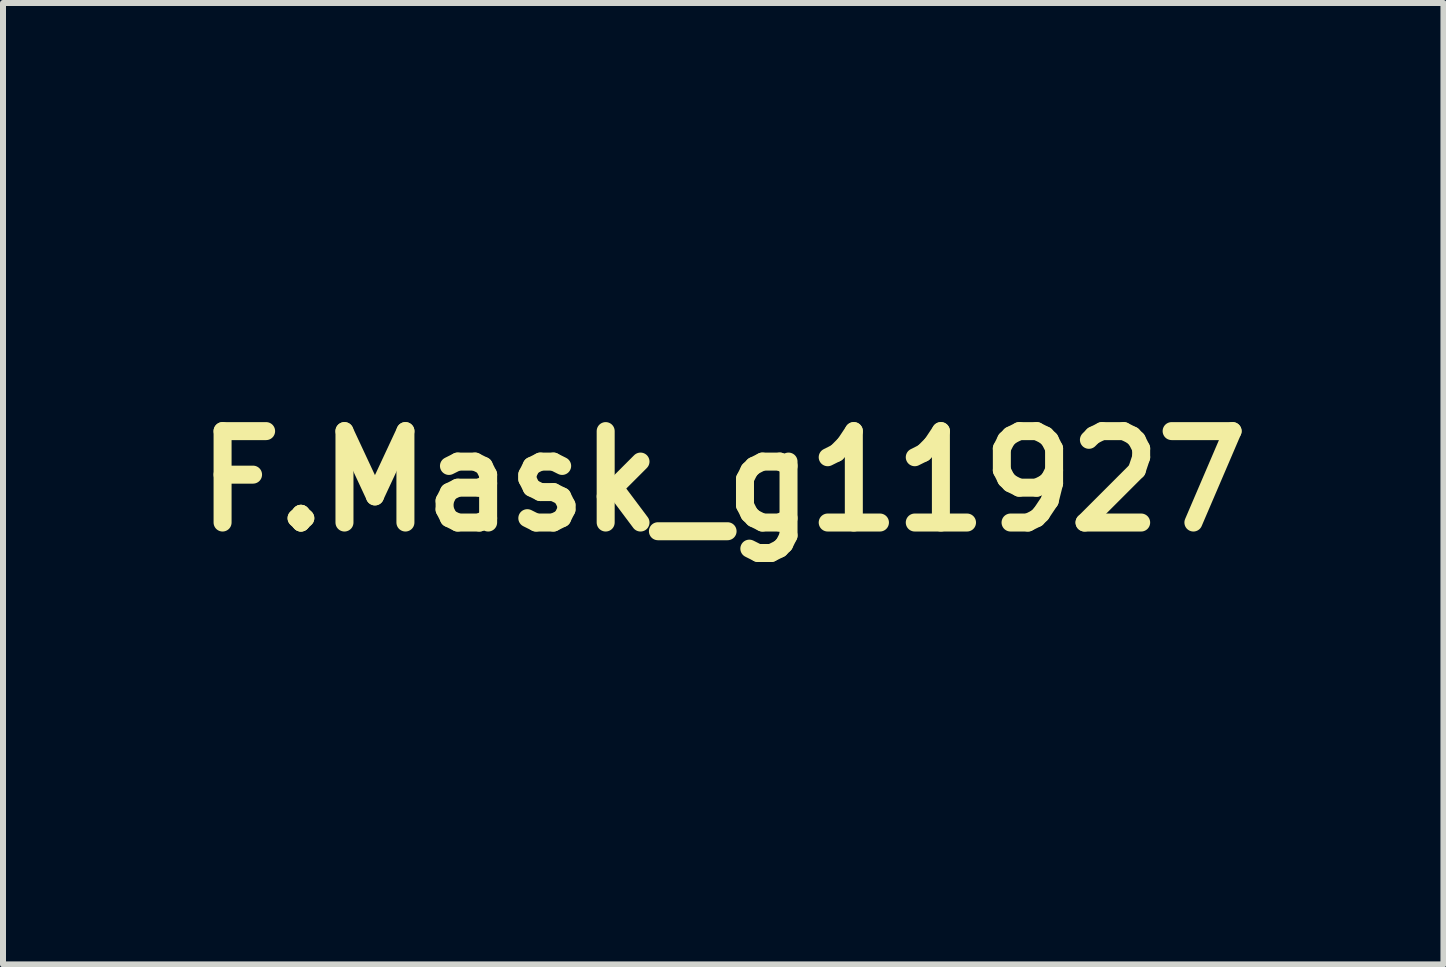
<source format=kicad_pcb>
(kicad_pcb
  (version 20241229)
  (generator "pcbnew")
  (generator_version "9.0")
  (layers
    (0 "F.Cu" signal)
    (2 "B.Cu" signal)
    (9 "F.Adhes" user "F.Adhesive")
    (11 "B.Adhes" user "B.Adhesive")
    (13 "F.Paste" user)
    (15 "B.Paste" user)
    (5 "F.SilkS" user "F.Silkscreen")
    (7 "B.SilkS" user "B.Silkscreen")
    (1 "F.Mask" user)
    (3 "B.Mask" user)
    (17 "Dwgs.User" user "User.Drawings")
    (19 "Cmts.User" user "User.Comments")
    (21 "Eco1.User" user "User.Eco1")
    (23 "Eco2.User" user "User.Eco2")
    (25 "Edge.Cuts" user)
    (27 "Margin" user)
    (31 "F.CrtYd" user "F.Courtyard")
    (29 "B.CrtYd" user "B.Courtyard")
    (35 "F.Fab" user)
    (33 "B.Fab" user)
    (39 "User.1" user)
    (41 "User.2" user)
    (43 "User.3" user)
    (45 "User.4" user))
  (footprint "F.Mask_g11927"
    (layer "F.Cu")
    (at 9.006 4.971)
    (property "Reference" "F.Mask_g11927" (at 0 0 0) (layer "F.SilkS") (effects (font (size 1.524 1.524) (thickness 0.3))))
    (attr through_hole)
    (fp_poly (pts (xy -0.669 1.446) (xy -0.668 1.447) (xy -0.654 1.462) (xy -0.662 1.475) (xy -0.67 1.481) (xy -0.697 1.497) (xy -0.71 1.492) (xy -0.711 1.483) (xy -0.704 1.458) (xy -0.699 1.449) (xy -0.687 1.437) (xy -0.669 1.446)) (stroke (width 0.01) (type solid)) (fill yes) (layer "F.Mask"))
    (fp_poly (pts (xy -3.593 2.712) (xy -3.505 2.736) (xy -3.424 2.778) (xy -3.357 2.836) (xy -3.331 2.87) (xy -3.306 2.915) (xy -3.282 2.977) (xy -3.261 3.046) (xy -3.246 3.113) (xy -3.239 3.168) (xy -3.239 3.174) (xy -3.246 3.25) (xy -3.265 3.324) (xy -3.295 3.389) (xy -3.331 3.437) (xy -3.336 3.442) (xy -3.415 3.495) (xy -3.505 3.526) (xy -3.608 3.535) (xy -3.685 3.529) (xy -3.763 3.513) (xy -3.826 3.487) (xy -3.884 3.446) (xy -3.906 3.427) (xy -3.96 3.369) (xy -3.996 3.309) (xy -4.016 3.239) (xy -4.023 3.173) (xy -4.023 3.17) (xy -3.693 3.17) (xy -3.683 3.221) (xy -3.661 3.258) (xy -3.63 3.276) (xy -3.619 3.277) (xy -3.594 3.266) (xy -3.582 3.252) (xy -3.573 3.221) (xy -3.57 3.174) (xy -3.57 3.12) (xy -3.575 3.067) (xy -3.582 3.032) (xy -3.598 2.997) (xy -3.618 2.984) (xy -3.64 2.992) (xy -3.661 3.02) (xy -3.679 3.065) (xy -3.689 3.108) (xy -3.693 3.17) (xy -4.023 3.17) (xy -4.02 3.065) (xy -3.997 2.967) (xy -3.956 2.881) (xy -3.9 2.81) (xy -3.83 2.755) (xy -3.747 2.72) (xy -3.684 2.709) (xy -3.593 2.712)) (stroke (width 0.01) (type solid)) (fill yes) (layer "F.Mask"))
    (fp_poly (pts (xy 0.81 2.722) (xy 0.899 2.756) (xy 0.947 2.784) (xy 0.993 2.821) (xy 1.03 2.867) (xy 1.061 2.926) (xy 1.091 3.006) (xy 1.094 3.014) (xy 1.114 3.106) (xy 1.119 3.199) (xy 1.108 3.286) (xy 1.082 3.364) (xy 1.043 3.425) (xy 1.041 3.427) (xy 0.98 3.477) (xy 0.901 3.512) (xy 0.811 3.532) (xy 0.714 3.534) (xy 0.67 3.53) (xy 0.572 3.503) (xy 0.488 3.457) (xy 0.419 3.391) (xy 0.372 3.317) (xy 0.354 3.276) (xy 0.343 3.24) (xy 0.338 3.198) (xy 0.338 3.158) (xy 0.673 3.158) (xy 0.679 3.218) (xy 0.698 3.257) (xy 0.729 3.275) (xy 0.744 3.277) (xy 0.765 3.272) (xy 0.778 3.253) (xy 0.788 3.223) (xy 0.794 3.183) (xy 0.794 3.132) (xy 0.789 3.08) (xy 0.78 3.033) (xy 0.769 3.001) (xy 0.763 2.994) (xy 0.741 2.984) (xy 0.719 2.996) (xy 0.7 3.026) (xy 0.684 3.07) (xy 0.675 3.123) (xy 0.673 3.158) (xy 0.338 3.158) (xy 0.338 3.141) (xy 0.338 3.137) (xy 0.349 3.03) (xy 0.379 2.933) (xy 0.426 2.85) (xy 0.488 2.782) (xy 0.55 2.741) (xy 0.63 2.714) (xy 0.718 2.708) (xy 0.81 2.722)) (stroke (width 0.01) (type solid)) (fill yes) (layer "F.Mask"))
    (fp_poly (pts (xy 4.21 2.703) (xy 4.262 2.715) (xy 4.294 2.741) (xy 4.305 2.777) (xy 4.297 2.812) (xy 4.275 2.838) (xy 4.232 2.86) (xy 4.172 2.875) (xy 4.162 2.877) (xy 4.102 2.886) (xy 4.102 2.999) (xy 4.143 2.989) (xy 4.206 2.98) (xy 4.262 2.984) (xy 4.307 2.999) (xy 4.335 3.025) (xy 4.343 3.054) (xy 4.335 3.083) (xy 4.315 3.117) (xy 4.307 3.127) (xy 4.279 3.153) (xy 4.247 3.167) (xy 4.202 3.175) (xy 4.134 3.181) (xy 4.134 3.283) (xy 4.202 3.29) (xy 4.254 3.3) (xy 4.284 3.317) (xy 4.288 3.321) (xy 4.302 3.344) (xy 4.303 3.365) (xy 4.291 3.394) (xy 4.286 3.404) (xy 4.246 3.455) (xy 4.188 3.496) (xy 4.116 3.525) (xy 4.037 3.54) (xy 3.955 3.539) (xy 3.899 3.528) (xy 3.849 3.507) (xy 3.81 3.474) (xy 3.781 3.426) (xy 3.762 3.361) (xy 3.75 3.277) (xy 3.747 3.17) (xy 3.747 3.159) (xy 3.75 3.027) (xy 3.759 2.919) (xy 3.774 2.836) (xy 3.796 2.776) (xy 3.824 2.74) (xy 3.839 2.732) (xy 3.865 2.726) (xy 3.91 2.72) (xy 3.968 2.714) (xy 4.031 2.709) (xy 4.095 2.705) (xy 4.152 2.703) (xy 4.197 2.702) (xy 4.21 2.703)) (stroke (width 0.01) (type solid)) (fill yes) (layer "F.Mask"))
    (fp_poly (pts (xy 1.898 2.716) (xy 1.955 2.751) (xy 1.988 2.784) (xy 2.023 2.825) (xy 2.015 2.978) (xy 2.001 3.123) (xy 1.975 3.248) (xy 1.936 3.352) (xy 1.886 3.434) (xy 1.823 3.494) (xy 1.769 3.525) (xy 1.728 3.535) (xy 1.671 3.54) (xy 1.605 3.542) (xy 1.54 3.538) (xy 1.482 3.53) (xy 1.478 3.529) (xy 1.438 3.516) (xy 1.39 3.494) (xy 1.358 3.476) (xy 1.313 3.445) (xy 1.281 3.411) (xy 1.253 3.363) (xy 1.251 3.36) (xy 1.235 3.327) (xy 1.224 3.298) (xy 1.218 3.268) (xy 1.214 3.23) (xy 1.214 3.178) (xy 1.214 3.131) (xy 1.218 3.016) (xy 1.23 2.923) (xy 1.25 2.851) (xy 1.28 2.796) (xy 1.321 2.758) (xy 1.372 2.734) (xy 1.381 2.731) (xy 1.442 2.726) (xy 1.5 2.74) (xy 1.538 2.764) (xy 1.555 2.795) (xy 1.562 2.846) (xy 1.557 2.916) (xy 1.543 2.997) (xy 1.527 3.085) (xy 1.524 3.152) (xy 1.534 3.2) (xy 1.557 3.228) (xy 1.593 3.238) (xy 1.596 3.238) (xy 1.625 3.232) (xy 1.647 3.211) (xy 1.663 3.173) (xy 1.673 3.115) (xy 1.68 3.035) (xy 1.68 3.033) (xy 1.688 2.928) (xy 1.7 2.847) (xy 1.718 2.786) (xy 1.742 2.744) (xy 1.774 2.718) (xy 1.813 2.706) (xy 1.833 2.705) (xy 1.898 2.716)) (stroke (width 0.01) (type solid)) (fill yes) (layer "F.Mask"))
    (fp_poly (pts (xy 3.385 2.696) (xy 3.447 2.71) (xy 3.503 2.735) (xy 3.538 2.757) (xy 3.587 2.801) (xy 3.619 2.855) (xy 3.632 2.91) (xy 3.632 2.913) (xy 3.624 2.944) (xy 3.603 2.978) (xy 3.597 2.986) (xy 3.553 3.018) (xy 3.5 3.032) (xy 3.444 3.028) (xy 3.393 3.008) (xy 3.353 2.972) (xy 3.342 2.953) (xy 3.328 2.931) (xy 3.317 2.929) (xy 3.309 2.949) (xy 3.303 2.991) (xy 3.3 3.057) (xy 3.299 3.098) (xy 3.298 3.174) (xy 3.301 3.227) (xy 3.309 3.259) (xy 3.324 3.272) (xy 3.35 3.269) (xy 3.387 3.251) (xy 3.425 3.228) (xy 3.49 3.193) (xy 3.541 3.177) (xy 3.583 3.179) (xy 3.618 3.198) (xy 3.626 3.206) (xy 3.651 3.248) (xy 3.658 3.302) (xy 3.646 3.364) (xy 3.629 3.404) (xy 3.595 3.453) (xy 3.549 3.488) (xy 3.487 3.512) (xy 3.406 3.524) (xy 3.354 3.527) (xy 3.296 3.527) (xy 3.243 3.524) (xy 3.203 3.52) (xy 3.192 3.517) (xy 3.144 3.494) (xy 3.093 3.453) (xy 3.045 3.402) (xy 3.006 3.348) (xy 2.985 3.307) (xy 2.965 3.224) (xy 2.96 3.126) (xy 2.969 3.021) (xy 2.979 2.971) (xy 3.011 2.874) (xy 3.058 2.798) (xy 3.12 2.743) (xy 3.197 2.707) (xy 3.288 2.693) (xy 3.309 2.692) (xy 3.385 2.696)) (stroke (width 0.01) (type solid)) (fill yes) (layer "F.Mask"))
    (fp_poly (pts (xy -2.742 2.698) (xy -2.684 2.709) (xy -2.682 2.71) (xy -2.596 2.742) (xy -2.525 2.787) (xy -2.471 2.843) (xy -2.435 2.906) (xy -2.418 2.974) (xy -2.422 3.043) (xy -2.448 3.11) (xy -2.494 3.17) (xy -2.552 3.215) (xy -2.628 3.248) (xy -2.723 3.27) (xy -2.742 3.273) (xy -2.797 3.28) (xy -2.79 3.349) (xy -2.789 3.419) (xy -2.805 3.47) (xy -2.838 3.505) (xy -2.89 3.524) (xy -2.963 3.531) (xy -3.02 3.526) (xy -3.064 3.508) (xy -3.074 3.502) (xy -3.098 3.482) (xy -3.117 3.457) (xy -3.131 3.424) (xy -3.141 3.379) (xy -3.148 3.319) (xy -3.152 3.241) (xy -3.154 3.143) (xy -3.155 3.092) (xy -3.155 3.005) (xy -3.155 2.985) (xy -2.832 2.985) (xy -2.83 3.034) (xy -2.825 3.065) (xy -2.818 3.073) (xy -2.802 3.065) (xy -2.776 3.044) (xy -2.768 3.036) (xy -2.739 2.996) (xy -2.732 2.958) (xy -2.748 2.925) (xy -2.759 2.915) (xy -2.792 2.896) (xy -2.814 2.895) (xy -2.826 2.914) (xy -2.832 2.956) (xy -2.832 2.985) (xy -3.155 2.985) (xy -3.155 2.939) (xy -3.153 2.89) (xy -3.15 2.854) (xy -3.146 2.828) (xy -3.139 2.808) (xy -3.13 2.789) (xy -3.129 2.788) (xy -3.108 2.756) (xy -3.08 2.733) (xy -3.04 2.717) (xy -2.984 2.706) (xy -2.908 2.698) (xy -2.883 2.696) (xy -2.805 2.694) (xy -2.742 2.698)) (stroke (width 0.01) (type solid)) (fill yes) (layer "F.Mask"))
    (fp_poly (pts (xy 2.98 3.978) (xy 3.112 3.987) (xy 3.221 4.003) (xy 3.308 4.027) (xy 3.373 4.06) (xy 3.417 4.102) (xy 3.441 4.151) (xy 3.446 4.195) (xy 3.438 4.242) (xy 3.421 4.28) (xy 3.41 4.292) (xy 3.391 4.301) (xy 3.352 4.312) (xy 3.301 4.323) (xy 3.268 4.33) (xy 3.21 4.34) (xy 3.174 4.349) (xy 3.154 4.358) (xy 3.146 4.368) (xy 3.145 4.376) (xy 3.148 4.398) (xy 3.153 4.439) (xy 3.16 4.493) (xy 3.169 4.555) (xy 3.169 4.558) (xy 3.182 4.68) (xy 3.185 4.781) (xy 3.176 4.864) (xy 3.157 4.931) (xy 3.151 4.944) (xy 3.115 4.999) (xy 3.069 5.033) (xy 3.01 5.048) (xy 2.935 5.045) (xy 2.919 5.042) (xy 2.844 5.02) (xy 2.789 4.983) (xy 2.753 4.934) (xy 2.742 4.91) (xy 2.735 4.885) (xy 2.73 4.853) (xy 2.728 4.808) (xy 2.728 4.746) (xy 2.729 4.71) (xy 2.73 4.636) (xy 2.734 4.561) (xy 2.738 4.494) (xy 2.743 4.444) (xy 2.743 4.443) (xy 2.749 4.397) (xy 2.753 4.361) (xy 2.755 4.343) (xy 2.756 4.342) (xy 2.744 4.337) (xy 2.714 4.331) (xy 2.68 4.326) (xy 2.599 4.31) (xy 2.535 4.28) (xy 2.49 4.238) (xy 2.467 4.186) (xy 2.464 4.156) (xy 2.476 4.106) (xy 2.511 4.063) (xy 2.569 4.029) (xy 2.648 4.003) (xy 2.748 3.986) (xy 2.867 3.978) (xy 2.98 3.978)) (stroke (width 0.01) (type solid)) (fill yes) (layer "F.Mask"))
    (fp_poly (pts (xy -0.405 3.98) (xy -0.301 4.001) (xy -0.201 4.043) (xy -0.166 4.064) (xy -0.114 4.102) (xy -0.072 4.142) (xy -0.038 4.191) (xy -0.007 4.253) (xy 0.022 4.327) (xy 0.044 4.39) (xy 0.058 4.44) (xy 0.065 4.487) (xy 0.068 4.54) (xy 0.069 4.566) (xy 0.065 4.667) (xy 0.05 4.75) (xy 0.022 4.82) (xy -0.019 4.882) (xy -0.051 4.917) (xy -0.095 4.958) (xy -0.134 4.986) (xy -0.179 5.005) (xy -0.209 5.015) (xy -0.299 5.034) (xy -0.4 5.041) (xy -0.5 5.035) (xy -0.57 5.022) (xy -0.678 4.981) (xy -0.77 4.921) (xy -0.844 4.843) (xy -0.899 4.752) (xy -0.923 4.679) (xy -0.936 4.592) (xy -0.936 4.588) (xy -0.509 4.588) (xy -0.503 4.628) (xy -0.484 4.671) (xy -0.454 4.699) (xy -0.42 4.71) (xy -0.387 4.701) (xy -0.376 4.693) (xy -0.361 4.663) (xy -0.351 4.615) (xy -0.347 4.556) (xy -0.351 4.491) (xy -0.356 4.458) (xy -0.368 4.398) (xy -0.381 4.359) (xy -0.396 4.338) (xy -0.416 4.331) (xy -0.419 4.331) (xy -0.443 4.342) (xy -0.465 4.374) (xy -0.484 4.42) (xy -0.499 4.475) (xy -0.507 4.533) (xy -0.509 4.588) (xy -0.936 4.588) (xy -0.939 4.5) (xy -0.93 4.412) (xy -0.928 4.405) (xy -0.906 4.329) (xy -0.872 4.25) (xy -0.832 4.177) (xy -0.788 4.116) (xy -0.774 4.102) (xy -0.696 4.041) (xy -0.606 4) (xy -0.507 3.979) (xy -0.405 3.98)) (stroke (width 0.01) (type solid)) (fill yes) (layer "F.Mask"))
    (fp_poly (pts (xy -1.427 3.955) (xy -1.343 3.97) (xy -1.266 3.999) (xy -1.199 4.038) (xy -1.144 4.086) (xy -1.105 4.139) (xy -1.083 4.196) (xy -1.081 4.255) (xy -1.098 4.304) (xy -1.134 4.349) (xy -1.185 4.378) (xy -1.244 4.392) (xy -1.306 4.391) (xy -1.365 4.373) (xy -1.415 4.341) (xy -1.447 4.3) (xy -1.464 4.275) (xy -1.479 4.263) (xy -1.48 4.262) (xy -1.49 4.273) (xy -1.499 4.309) (xy -1.505 4.368) (xy -1.51 4.449) (xy -1.511 4.526) (xy -1.511 4.606) (xy -1.507 4.661) (xy -1.496 4.695) (xy -1.476 4.708) (xy -1.444 4.701) (xy -1.397 4.678) (xy -1.332 4.638) (xy -1.327 4.635) (xy -1.276 4.604) (xy -1.241 4.585) (xy -1.213 4.576) (xy -1.188 4.575) (xy -1.177 4.576) (xy -1.116 4.593) (xy -1.073 4.625) (xy -1.05 4.674) (xy -1.044 4.74) (xy -1.046 4.759) (xy -1.065 4.842) (xy -1.104 4.91) (xy -1.165 4.965) (xy -1.246 5.005) (xy -1.301 5.022) (xy -1.368 5.034) (xy -1.444 5.04) (xy -1.521 5.039) (xy -1.588 5.032) (xy -1.619 5.024) (xy -1.673 5.005) (xy -1.717 4.981) (xy -1.761 4.947) (xy -1.788 4.923) (xy -1.855 4.85) (xy -1.902 4.77) (xy -1.93 4.68) (xy -1.942 4.574) (xy -1.943 4.537) (xy -1.934 4.399) (xy -1.909 4.276) (xy -1.867 4.171) (xy -1.809 4.083) (xy -1.786 4.059) (xy -1.727 4.012) (xy -1.655 3.979) (xy -1.568 3.959) (xy -1.516 3.954) (xy -1.427 3.955)) (stroke (width 0.01) (type solid)) (fill yes) (layer "F.Mask"))
    (fp_poly (pts (xy -2.524 3.982) (xy -2.481 3.985) (xy -2.446 3.992) (xy -2.41 4.005) (xy -2.365 4.026) (xy -2.362 4.027) (xy -2.277 4.075) (xy -2.213 4.129) (xy -2.163 4.194) (xy -2.123 4.277) (xy -2.12 4.284) (xy -2.081 4.398) (xy -2.058 4.496) (xy -2.052 4.58) (xy -2.056 4.633) (xy -2.077 4.736) (xy -2.104 4.818) (xy -2.141 4.882) (xy -2.189 4.934) (xy -2.252 4.977) (xy -2.283 4.994) (xy -2.324 5.013) (xy -2.358 5.025) (xy -2.394 5.032) (xy -2.44 5.036) (xy -2.501 5.038) (xy -2.563 5.038) (xy -2.62 5.036) (xy -2.665 5.032) (xy -2.684 5.029) (xy -2.789 4.989) (xy -2.884 4.928) (xy -2.938 4.877) (xy -2.998 4.802) (xy -3.037 4.726) (xy -3.059 4.641) (xy -3.065 4.547) (xy -3.064 4.538) (xy -2.635 4.538) (xy -2.634 4.592) (xy -2.63 4.61) (xy -2.612 4.661) (xy -2.585 4.696) (xy -2.554 4.712) (xy -2.523 4.707) (xy -2.494 4.68) (xy -2.494 4.68) (xy -2.484 4.658) (xy -2.479 4.629) (xy -2.477 4.587) (xy -2.479 4.531) (xy -2.486 4.445) (xy -2.5 4.385) (xy -2.52 4.349) (xy -2.546 4.337) (xy -2.571 4.349) (xy -2.594 4.38) (xy -2.614 4.426) (xy -2.628 4.48) (xy -2.635 4.538) (xy -3.064 4.538) (xy -3.055 4.426) (xy -3.027 4.314) (xy -2.982 4.213) (xy -2.921 4.126) (xy -2.847 4.056) (xy -2.783 4.017) (xy -2.746 4) (xy -2.712 3.99) (xy -2.674 3.984) (xy -2.623 3.982) (xy -2.584 3.982) (xy -2.524 3.982)) (stroke (width 0.01) (type solid)) (fill yes) (layer "F.Mask"))
    (fp_poly (pts (xy 0.042 2.702) (xy 0.073 2.712) (xy 0.109 2.732) (xy 0.147 2.76) (xy 0.182 2.792) (xy 0.207 2.821) (xy 0.216 2.842) (xy 0.207 2.871) (xy 0.183 2.904) (xy 0.154 2.933) (xy 0.13 2.948) (xy 0.081 2.955) (xy 0.038 2.942) (xy 0.007 2.909) (xy 0.006 2.907) (xy -0.019 2.878) (xy -0.048 2.871) (xy -0.074 2.885) (xy -0.088 2.906) (xy -0.089 2.928) (xy -0.073 2.953) (xy -0.039 2.982) (xy 0.015 3.019) (xy 0.075 3.055) (xy 0.142 3.099) (xy 0.191 3.139) (xy 0.212 3.165) (xy 0.239 3.221) (xy 0.253 3.284) (xy 0.25 3.342) (xy 0.249 3.345) (xy 0.224 3.396) (xy 0.179 3.442) (xy 0.118 3.483) (xy 0.047 3.514) (xy -0.031 3.534) (xy -0.076 3.538) (xy -0.123 3.539) (xy -0.163 3.538) (xy -0.184 3.536) (xy -0.273 3.51) (xy -0.338 3.48) (xy -0.383 3.445) (xy -0.408 3.404) (xy -0.414 3.383) (xy -0.417 3.332) (xy -0.405 3.299) (xy -0.376 3.285) (xy -0.329 3.287) (xy -0.274 3.304) (xy -0.227 3.319) (xy -0.196 3.325) (xy -0.172 3.322) (xy -0.16 3.318) (xy -0.134 3.3) (xy -0.13 3.281) (xy -0.149 3.259) (xy -0.191 3.232) (xy -0.213 3.221) (xy -0.3 3.168) (xy -0.363 3.108) (xy -0.403 3.042) (xy -0.419 2.967) (xy -0.419 2.953) (xy -0.409 2.885) (xy -0.378 2.826) (xy -0.325 2.775) (xy -0.248 2.728) (xy -0.235 2.722) (xy -0.174 2.703) (xy -0.102 2.693) (xy -0.026 2.693) (xy 0.042 2.702)) (stroke (width 0.01) (type solid)) (fill yes) (layer "F.Mask"))
    (fp_poly (pts (xy -1.914 2.704) (xy -1.879 2.709) (xy -1.856 2.718) (xy -1.839 2.732) (xy -1.838 2.733) (xy -1.819 2.763) (xy -1.821 2.792) (xy -1.845 2.825) (xy -1.851 2.831) (xy -1.89 2.859) (xy -1.942 2.873) (xy -1.951 2.875) (xy -1.99 2.881) (xy -2.01 2.889) (xy -2.019 2.906) (xy -2.023 2.931) (xy -2.024 2.964) (xy -2.021 2.986) (xy -2.02 2.988) (xy -2.003 2.991) (xy -1.971 2.988) (xy -1.948 2.983) (xy -1.905 2.975) (xy -1.874 2.977) (xy -1.842 2.989) (xy -1.838 2.99) (xy -1.801 3.012) (xy -1.785 3.037) (xy -1.787 3.071) (xy -1.789 3.082) (xy -1.812 3.121) (xy -1.852 3.153) (xy -1.904 3.172) (xy -1.937 3.175) (xy -1.971 3.177) (xy -1.988 3.185) (xy -1.997 3.206) (xy -1.999 3.215) (xy -2 3.255) (xy -1.982 3.279) (xy -1.944 3.289) (xy -1.928 3.289) (xy -1.876 3.294) (xy -1.844 3.311) (xy -1.83 3.34) (xy -1.829 3.358) (xy -1.841 3.408) (xy -1.875 3.453) (xy -1.926 3.491) (xy -1.993 3.52) (xy -2.07 3.536) (xy -2.102 3.539) (xy -2.153 3.539) (xy -2.2 3.536) (xy -2.229 3.531) (xy -2.272 3.507) (xy -2.314 3.468) (xy -2.348 3.421) (xy -2.36 3.393) (xy -2.373 3.337) (xy -2.38 3.262) (xy -2.383 3.175) (xy -2.381 3.081) (xy -2.375 2.989) (xy -2.365 2.903) (xy -2.35 2.83) (xy -2.346 2.815) (xy -2.334 2.78) (xy -2.316 2.755) (xy -2.289 2.737) (xy -2.248 2.725) (xy -2.191 2.716) (xy -2.118 2.71) (xy -2.03 2.705) (xy -1.963 2.702) (xy -1.914 2.704)) (stroke (width 0.01) (type solid)) (fill yes) (layer "F.Mask"))
    (fp_poly (pts (xy -3.494 3.965) (xy -3.403 3.997) (xy -3.32 4.046) (xy -3.279 4.08) (xy -3.231 4.14) (xy -3.208 4.2) (xy -3.209 4.259) (xy -3.236 4.316) (xy -3.273 4.357) (xy -3.3 4.379) (xy -3.324 4.39) (xy -3.354 4.394) (xy -3.398 4.392) (xy -3.47 4.379) (xy -3.528 4.352) (xy -3.569 4.313) (xy -3.581 4.287) (xy -3.592 4.263) (xy -3.602 4.259) (xy -3.612 4.268) (xy -3.62 4.285) (xy -3.627 4.32) (xy -3.633 4.375) (xy -3.638 4.453) (xy -3.639 4.478) (xy -3.642 4.552) (xy -3.644 4.605) (xy -3.643 4.642) (xy -3.64 4.665) (xy -3.634 4.681) (xy -3.626 4.691) (xy -3.606 4.704) (xy -3.581 4.704) (xy -3.546 4.691) (xy -3.498 4.663) (xy -3.486 4.655) (xy -3.427 4.618) (xy -3.383 4.594) (xy -3.348 4.58) (xy -3.319 4.576) (xy -3.288 4.579) (xy -3.286 4.579) (xy -3.245 4.592) (xy -3.209 4.613) (xy -3.205 4.617) (xy -3.188 4.639) (xy -3.179 4.665) (xy -3.175 4.704) (xy -3.175 4.727) (xy -3.186 4.816) (xy -3.219 4.891) (xy -3.272 4.952) (xy -3.346 4.998) (xy -3.377 5.011) (xy -3.437 5.026) (xy -3.51 5.035) (xy -3.589 5.038) (xy -3.665 5.036) (xy -3.729 5.026) (xy -3.755 5.019) (xy -3.855 4.971) (xy -3.937 4.905) (xy -4.001 4.823) (xy -4.045 4.727) (xy -4.07 4.619) (xy -4.072 4.5) (xy -4.071 4.483) (xy -4.056 4.363) (xy -4.032 4.263) (xy -4 4.18) (xy -3.956 4.109) (xy -3.928 4.075) (xy -3.859 4.017) (xy -3.777 3.978) (xy -3.686 3.956) (xy -3.59 3.952) (xy -3.494 3.965)) (stroke (width 0.01) (type solid)) (fill yes) (layer "F.Mask"))
    (fp_poly (pts (xy -1 2.72) (xy -0.989 2.725) (xy -0.963 2.743) (xy -0.943 2.771) (xy -0.927 2.81) (xy -0.915 2.866) (xy -0.905 2.942) (xy -0.9 2.992) (xy -0.892 3.127) (xy -0.897 3.246) (xy -0.913 3.346) (xy -0.94 3.427) (xy -0.978 3.486) (xy -0.991 3.499) (xy -1.014 3.514) (xy -1.046 3.521) (xy -1.094 3.523) (xy -1.096 3.523) (xy -1.141 3.521) (xy -1.169 3.514) (xy -1.19 3.5) (xy -1.21 3.478) (xy -1.231 3.449) (xy -1.259 3.403) (xy -1.29 3.35) (xy -1.309 3.315) (xy -1.334 3.269) (xy -1.352 3.237) (xy -1.363 3.221) (xy -1.364 3.224) (xy -1.357 3.271) (xy -1.356 3.331) (xy -1.36 3.392) (xy -1.369 3.441) (xy -1.371 3.445) (xy -1.397 3.489) (xy -1.44 3.518) (xy -1.492 3.531) (xy -1.548 3.526) (xy -1.595 3.507) (xy -1.63 3.473) (xy -1.657 3.427) (xy -1.672 3.373) (xy -1.682 3.302) (xy -1.687 3.219) (xy -1.687 3.132) (xy -1.682 3.045) (xy -1.682 3.042) (xy -1.206 3.042) (xy -1.2 3.048) (xy -1.194 3.042) (xy -1.2 3.035) (xy -1.206 3.042) (xy -1.682 3.042) (xy -1.673 2.963) (xy -1.66 2.892) (xy -1.643 2.838) (xy -1.633 2.819) (xy -1.586 2.77) (xy -1.524 2.74) (xy -1.456 2.731) (xy -1.412 2.736) (xy -1.374 2.754) (xy -1.338 2.787) (xy -1.302 2.84) (xy -1.264 2.911) (xy -1.237 2.965) (xy -1.219 2.996) (xy -1.21 3.004) (xy -1.209 2.989) (xy -1.214 2.951) (xy -1.221 2.908) (xy -1.228 2.837) (xy -1.22 2.783) (xy -1.198 2.745) (xy -1.167 2.724) (xy -1.115 2.708) (xy -1.055 2.707) (xy -1 2.72)) (stroke (width 0.01) (type solid)) (fill yes) (layer "F.Mask"))
    (fp_poly (pts (xy 2.206 3.98) (xy 2.269 4.012) (xy 2.309 4.044) (xy 2.341 4.077) (xy 2.36 4.104) (xy 2.37 4.137) (xy 2.376 4.18) (xy 2.381 4.275) (xy 2.376 4.379) (xy 2.362 4.487) (xy 2.34 4.595) (xy 2.312 4.698) (xy 2.278 4.791) (xy 2.24 4.87) (xy 2.198 4.931) (xy 2.178 4.952) (xy 2.124 4.994) (xy 2.072 5.022) (xy 2.015 5.039) (xy 1.944 5.047) (xy 1.899 5.049) (xy 1.841 5.05) (xy 1.79 5.05) (xy 1.752 5.048) (xy 1.74 5.047) (xy 1.632 5.017) (xy 1.538 4.972) (xy 1.462 4.915) (xy 1.405 4.846) (xy 1.394 4.826) (xy 1.368 4.755) (xy 1.35 4.667) (xy 1.341 4.566) (xy 1.34 4.458) (xy 1.348 4.35) (xy 1.365 4.248) (xy 1.379 4.19) (xy 1.399 4.133) (xy 1.422 4.092) (xy 1.452 4.062) (xy 1.497 4.034) (xy 1.497 4.034) (xy 1.567 4.007) (xy 1.637 4.001) (xy 1.7 4.015) (xy 1.754 4.047) (xy 1.79 4.092) (xy 1.797 4.107) (xy 1.8 4.125) (xy 1.8 4.15) (xy 1.796 4.187) (xy 1.788 4.239) (xy 1.775 4.312) (xy 1.774 4.314) (xy 1.758 4.407) (xy 1.747 4.479) (xy 1.742 4.532) (xy 1.741 4.571) (xy 1.747 4.599) (xy 1.757 4.619) (xy 1.773 4.635) (xy 1.818 4.657) (xy 1.86 4.656) (xy 1.893 4.635) (xy 1.915 4.607) (xy 1.93 4.574) (xy 1.939 4.529) (xy 1.943 4.467) (xy 1.943 4.428) (xy 1.946 4.357) (xy 1.952 4.28) (xy 1.963 4.204) (xy 1.975 4.136) (xy 1.989 4.081) (xy 2 4.051) (xy 2.038 4.003) (xy 2.087 3.976) (xy 2.144 3.968) (xy 2.206 3.98)) (stroke (width 0.01) (type solid)) (fill yes) (layer "F.Mask"))
    (fp_poly (pts (xy 2.582 2.699) (xy 2.655 2.714) (xy 2.715 2.737) (xy 2.758 2.76) (xy 2.786 2.788) (xy 2.812 2.829) (xy 2.813 2.832) (xy 2.846 2.917) (xy 2.855 2.994) (xy 2.839 3.062) (xy 2.8 3.123) (xy 2.772 3.15) (xy 2.722 3.192) (xy 2.771 3.241) (xy 2.818 3.294) (xy 2.852 3.343) (xy 2.868 3.384) (xy 2.87 3.397) (xy 2.857 3.436) (xy 2.826 3.473) (xy 2.78 3.503) (xy 2.726 3.524) (xy 2.675 3.531) (xy 2.644 3.53) (xy 2.62 3.525) (xy 2.598 3.512) (xy 2.571 3.489) (xy 2.533 3.45) (xy 2.531 3.447) (xy 2.451 3.364) (xy 2.451 3.416) (xy 2.442 3.466) (xy 2.415 3.502) (xy 2.366 3.526) (xy 2.353 3.53) (xy 2.31 3.54) (xy 2.275 3.54) (xy 2.242 3.535) (xy 2.189 3.519) (xy 2.151 3.495) (xy 2.127 3.459) (xy 2.114 3.408) (xy 2.108 3.337) (xy 2.108 3.312) (xy 2.11 3.241) (xy 2.113 3.161) (xy 2.118 3.079) (xy 2.119 3.069) (xy 2.428 3.069) (xy 2.431 3.099) (xy 2.436 3.111) (xy 2.436 3.111) (xy 2.453 3.105) (xy 2.481 3.088) (xy 2.489 3.083) (xy 2.529 3.052) (xy 2.548 3.026) (xy 2.546 2.999) (xy 2.532 2.975) (xy 2.499 2.947) (xy 2.469 2.94) (xy 2.449 2.941) (xy 2.438 2.948) (xy 2.432 2.966) (xy 2.429 3.001) (xy 2.428 3.026) (xy 2.428 3.069) (xy 2.119 3.069) (xy 2.125 2.999) (xy 2.132 2.928) (xy 2.14 2.869) (xy 2.148 2.829) (xy 2.15 2.823) (xy 2.172 2.784) (xy 2.211 2.753) (xy 2.269 2.729) (xy 2.349 2.711) (xy 2.399 2.704) (xy 2.499 2.696) (xy 2.582 2.699)) (stroke (width 0.01) (type solid)) (fill yes) (layer "F.Mask"))
    (fp_poly (pts (xy 1.031 3.98) (xy 1.08 3.994) (xy 1.119 4.02) (xy 1.151 4.061) (xy 1.174 4.117) (xy 1.191 4.191) (xy 1.203 4.284) (xy 1.209 4.399) (xy 1.21 4.528) (xy 1.207 4.657) (xy 1.197 4.764) (xy 1.179 4.85) (xy 1.153 4.918) (xy 1.118 4.969) (xy 1.074 5.005) (xy 1.029 5.022) (xy 0.97 5.029) (xy 0.909 5.026) (xy 0.866 5.015) (xy 0.831 4.992) (xy 0.79 4.946) (xy 0.744 4.876) (xy 0.694 4.786) (xy 0.664 4.728) (xy 0.64 4.679) (xy 0.62 4.64) (xy 0.607 4.616) (xy 0.603 4.61) (xy 0.604 4.621) (xy 0.609 4.649) (xy 0.612 4.664) (xy 0.619 4.717) (xy 0.62 4.781) (xy 0.616 4.846) (xy 0.607 4.905) (xy 0.593 4.948) (xy 0.592 4.951) (xy 0.557 4.992) (xy 0.517 5.017) (xy 0.461 5.037) (xy 0.409 5.039) (xy 0.352 5.024) (xy 0.305 5.003) (xy 0.273 4.977) (xy 0.246 4.936) (xy 0.239 4.924) (xy 0.216 4.86) (xy 0.201 4.773) (xy 0.194 4.664) (xy 0.194 4.536) (xy 0.2 4.423) (xy 0.207 4.339) (xy 0.213 4.277) (xy 0.22 4.23) (xy 0.228 4.195) (xy 0.238 4.167) (xy 0.244 4.154) (xy 0.288 4.091) (xy 0.347 4.043) (xy 0.414 4.013) (xy 0.486 4.003) (xy 0.546 4.012) (xy 0.599 4.04) (xy 0.653 4.094) (xy 0.706 4.171) (xy 0.757 4.273) (xy 0.795 4.362) (xy 0.81 4.4) (xy 0.821 4.425) (xy 0.825 4.432) (xy 0.823 4.418) (xy 0.817 4.385) (xy 0.809 4.339) (xy 0.806 4.326) (xy 0.793 4.241) (xy 0.788 4.165) (xy 0.79 4.101) (xy 0.8 4.056) (xy 0.807 4.041) (xy 0.85 4.003) (xy 0.911 3.98) (xy 0.972 3.975) (xy 1.031 3.98)) (stroke (width 0.01) (type solid)) (fill yes) (layer "F.Mask"))
    (fp_poly (pts (xy 4.02 3.954) (xy 4.099 3.964) (xy 4.16 3.98) (xy 4.212 4.005) (xy 4.26 4.043) (xy 4.277 4.058) (xy 4.319 4.104) (xy 4.34 4.141) (xy 4.34 4.175) (xy 4.321 4.211) (xy 4.295 4.241) (xy 4.264 4.271) (xy 4.238 4.287) (xy 4.207 4.292) (xy 4.182 4.293) (xy 4.13 4.287) (xy 4.096 4.267) (xy 4.075 4.23) (xy 4.071 4.219) (xy 4.061 4.199) (xy 4.041 4.193) (xy 4.015 4.193) (xy 3.984 4.198) (xy 3.97 4.211) (xy 3.965 4.239) (xy 3.966 4.274) (xy 3.976 4.3) (xy 3.976 4.3) (xy 3.993 4.314) (xy 4.027 4.337) (xy 4.072 4.365) (xy 4.113 4.39) (xy 4.19 4.436) (xy 4.248 4.474) (xy 4.291 4.507) (xy 4.322 4.539) (xy 4.346 4.572) (xy 4.361 4.6) (xy 4.391 4.681) (xy 4.395 4.758) (xy 4.375 4.829) (xy 4.33 4.893) (xy 4.262 4.951) (xy 4.203 4.985) (xy 4.092 5.03) (xy 3.982 5.05) (xy 3.866 5.047) (xy 3.803 5.036) (xy 3.704 5.008) (xy 3.628 4.971) (xy 3.575 4.926) (xy 3.542 4.87) (xy 3.531 4.804) (xy 3.531 4.797) (xy 3.538 4.753) (xy 3.559 4.726) (xy 3.597 4.716) (xy 3.652 4.722) (xy 3.726 4.744) (xy 3.735 4.748) (xy 3.782 4.763) (xy 3.817 4.767) (xy 3.85 4.762) (xy 3.852 4.762) (xy 3.891 4.748) (xy 3.909 4.732) (xy 3.905 4.713) (xy 3.879 4.688) (xy 3.831 4.658) (xy 3.791 4.637) (xy 3.706 4.587) (xy 3.641 4.536) (xy 3.592 4.48) (xy 3.56 4.427) (xy 3.537 4.362) (xy 3.528 4.292) (xy 3.533 4.225) (xy 3.549 4.18) (xy 3.599 4.109) (xy 3.668 4.049) (xy 3.753 4.001) (xy 3.847 3.969) (xy 3.947 3.953) (xy 4.02 3.954)) (stroke (width 0.01) (type solid)) (fill yes) (layer "F.Mask"))
    (fp_poly (pts (xy 0.326 -4.965) (xy 0.45 -4.965) (xy 0.554 -4.963) (xy 0.638 -4.961) (xy 0.701 -4.959) (xy 0.74 -4.957) (xy 0.755 -4.953) (xy 0.755 -4.953) (xy 0.759 -4.939) (xy 0.767 -4.902) (xy 0.779 -4.845) (xy 0.794 -4.771) (xy 0.811 -4.683) (xy 0.831 -4.582) (xy 0.852 -4.473) (xy 0.865 -4.404) (xy 0.892 -4.265) (xy 0.916 -4.144) (xy 0.937 -4.042) (xy 0.955 -3.959) (xy 0.97 -3.898) (xy 0.981 -3.86) (xy 0.987 -3.846) (xy 1.003 -3.835) (xy 1.04 -3.818) (xy 1.094 -3.794) (xy 1.161 -3.765) (xy 1.237 -3.733) (xy 1.319 -3.699) (xy 1.404 -3.665) (xy 1.488 -3.632) (xy 1.568 -3.601) (xy 1.639 -3.574) (xy 1.698 -3.553) (xy 1.743 -3.538) (xy 1.768 -3.531) (xy 1.771 -3.531) (xy 1.794 -3.538) (xy 1.833 -3.558) (xy 1.885 -3.588) (xy 1.946 -3.628) (xy 1.958 -3.636) (xy 2.115 -3.742) (xy 2.251 -3.834) (xy 2.369 -3.913) (xy 2.468 -3.979) (xy 2.549 -4.034) (xy 2.614 -4.077) (xy 2.663 -4.108) (xy 2.697 -4.13) (xy 2.717 -4.142) (xy 2.722 -4.144) (xy 2.739 -4.14) (xy 2.771 -4.119) (xy 2.818 -4.081) (xy 2.88 -4.026) (xy 2.958 -3.953) (xy 3.051 -3.863) (xy 3.162 -3.754) (xy 3.288 -3.627) (xy 3.306 -3.61) (xy 3.38 -3.534) (xy 3.438 -3.474) (xy 3.481 -3.428) (xy 3.51 -3.394) (xy 3.528 -3.37) (xy 3.535 -3.354) (xy 3.535 -3.346) (xy 3.526 -3.331) (xy 3.504 -3.298) (xy 3.471 -3.248) (xy 3.427 -3.184) (xy 3.376 -3.109) (xy 3.318 -3.025) (xy 3.254 -2.935) (xy 3.228 -2.897) (xy 3.163 -2.803) (xy 3.103 -2.715) (xy 3.048 -2.635) (xy 3.002 -2.565) (xy 2.965 -2.507) (xy 2.939 -2.465) (xy 2.925 -2.44) (xy 2.924 -2.435) (xy 2.925 -2.416) (xy 2.935 -2.382) (xy 2.953 -2.332) (xy 2.98 -2.263) (xy 3.017 -2.175) (xy 3.063 -2.067) (xy 3.08 -2.029) (xy 3.12 -1.937) (xy 3.158 -1.852) (xy 3.192 -1.777) (xy 3.221 -1.715) (xy 3.243 -1.669) (xy 3.258 -1.642) (xy 3.262 -1.636) (xy 3.276 -1.629) (xy 3.306 -1.619) (xy 3.353 -1.607) (xy 3.419 -1.593) (xy 3.505 -1.576) (xy 3.614 -1.555) (xy 3.745 -1.531) (xy 3.778 -1.525) (xy 3.914 -1.5) (xy 4.027 -1.48) (xy 4.12 -1.462) (xy 4.194 -1.448) (xy 4.251 -1.437) (xy 4.294 -1.427) (xy 4.325 -1.418) (xy 4.346 -1.411) (xy 4.36 -1.404) (xy 4.367 -1.396) (xy 4.371 -1.388) (xy 4.374 -1.381) (xy 4.375 -1.362) (xy 4.377 -1.321) (xy 4.378 -1.26) (xy 4.379 -1.183) (xy 4.38 -1.091) (xy 4.381 -0.989) (xy 4.381 -0.878) (xy 4.381 -0.837) (xy 4.381 -0.703) (xy 4.381 -0.592) (xy 4.38 -0.502) (xy 4.378 -0.431) (xy 4.376 -0.378) (xy 4.374 -0.34) (xy 4.37 -0.315) (xy 4.366 -0.302) (xy 4.365 -0.3) (xy 4.356 -0.293) (xy 4.337 -0.285) (xy 4.305 -0.276) (xy 4.26 -0.265) (xy 4.198 -0.252) (xy 4.119 -0.236) (xy 4.019 -0.217) (xy 3.897 -0.195) (xy 3.828 -0.182) (xy 3.689 -0.157) (xy 3.574 -0.135) (xy 3.48 -0.117) (xy 3.407 -0.101) (xy 3.352 -0.089) (xy 3.315 -0.078) (xy 3.294 -0.07) (xy 3.288 -0.066) (xy 3.277 -0.048) (xy 3.259 -0.01) (xy 3.234 0.045) (xy 3.205 0.113) (xy 3.172 0.191) (xy 3.138 0.275) (xy 3.103 0.363) (xy 3.068 0.45) (xy 3.035 0.534) (xy 3.006 0.61) (xy 2.982 0.677) (xy 2.963 0.729) (xy 2.952 0.765) (xy 2.949 0.78) (xy 2.958 0.796) (xy 2.979 0.83) (xy 3.012 0.881) (xy 3.054 0.944) (xy 3.105 1.019) (xy 3.162 1.102) (xy 3.224 1.192) (xy 3.234 1.206) (xy 3.31 1.315) (xy 3.372 1.405) (xy 3.423 1.477) (xy 3.462 1.535) (xy 3.492 1.579) (xy 3.513 1.613) (xy 3.527 1.637) (xy 3.535 1.654) (xy 3.538 1.665) (xy 3.538 1.674) (xy 3.535 1.68) (xy 3.534 1.682) (xy 3.521 1.698) (xy 3.493 1.728) (xy 3.451 1.771) (xy 3.398 1.824) (xy 3.336 1.885) (xy 3.268 1.952) (xy 3.196 2.022) (xy 3.121 2.094) (xy 3.048 2.165) (xy 2.977 2.233) (xy 2.911 2.295) (xy 2.852 2.35) (xy 2.803 2.395) (xy 2.766 2.428) (xy 2.743 2.447) (xy 2.737 2.451) (xy 2.723 2.444) (xy 2.689 2.424) (xy 2.64 2.393) (xy 2.576 2.353) (xy 2.502 2.304) (xy 2.418 2.248) (xy 2.327 2.187) (xy 2.301 2.17) (xy 2.209 2.108) (xy 2.122 2.05) (xy 2.044 1.998) (xy 1.976 1.954) (xy 1.921 1.919) (xy 1.882 1.895) (xy 1.86 1.884) (xy 1.858 1.883) (xy 1.834 1.887) (xy 1.789 1.904) (xy 1.724 1.934) (xy 1.64 1.976) (xy 1.627 1.983) (xy 1.554 2.021) (xy 1.499 2.048) (xy 1.461 2.065) (xy 1.435 2.074) (xy 1.419 2.077) (xy 1.408 2.073) (xy 1.405 2.07) (xy 1.396 2.054) (xy 1.379 2.019) (xy 1.356 1.969) (xy 1.329 1.907) (xy 1.3 1.837) (xy 1.269 1.764) (xy 1.239 1.692) (xy 1.211 1.624) (xy 1.187 1.564) (xy 1.169 1.517) (xy 1.158 1.487) (xy 1.156 1.477) (xy 1.166 1.466) (xy 1.193 1.445) (xy 1.233 1.416) (xy 1.274 1.389) (xy 1.43 1.273) (xy 1.568 1.147) (xy 1.692 1.007) (xy 1.803 0.85) (xy 1.904 0.673) (xy 1.968 0.54) (xy 2.039 0.367) (xy 2.094 0.2) (xy 2.134 0.03) (xy 2.162 -0.149) (xy 2.177 -0.304) (xy 2.182 -0.394) (xy 2.186 -0.467) (xy 2.187 -0.532) (xy 2.185 -0.595) (xy 2.18 -0.666) (xy 2.172 -0.752) (xy 2.17 -0.774) (xy 2.158 -0.892) (xy 2.145 -0.99) (xy 2.131 -1.074) (xy 2.114 -1.151) (xy 2.094 -1.227) (xy 2.069 -1.307) (xy 2.068 -1.311) (xy 2.026 -1.43) (xy 1.982 -1.533) (xy 1.933 -1.629) (xy 1.875 -1.727) (xy 1.839 -1.781) (xy 1.735 -1.921) (xy 1.622 -2.04) (xy 1.497 -2.141) (xy 1.355 -2.228) (xy 1.321 -2.246) (xy 1.255 -2.279) (xy 1.196 -2.304) (xy 1.138 -2.326) (xy 1.071 -2.345) (xy 0.99 -2.366) (xy 0.969 -2.371) (xy 0.901 -2.387) (xy 0.846 -2.399) (xy 0.799 -2.408) (xy 0.754 -2.413) (xy 0.705 -2.417) (xy 0.646 -2.418) (xy 0.572 -2.419) (xy 0.508 -2.419) (xy 0.408 -2.419) (xy 0.323 -2.417) (xy 0.245 -2.412) (xy 0.17 -2.405) (xy 0.091 -2.395) (xy 0.003 -2.381) (xy -0.101 -2.361) (xy -0.171 -2.348) (xy -0.277 -2.327) (xy -0.365 -2.307) (xy -0.433 -2.29) (xy -0.48 -2.276) (xy -0.505 -2.266) (xy -0.508 -2.262) (xy -0.501 -2.25) (xy -0.481 -2.223) (xy -0.452 -2.186) (xy -0.418 -2.142) (xy -0.381 -2.097) (xy -0.347 -2.054) (xy -0.318 -2.019) (xy -0.298 -1.995) (xy -0.293 -1.99) (xy -0.276 -1.987) (xy -0.244 -1.99) (xy -0.227 -1.993) (xy -0.09 -2.02) (xy 0.058 -2.042) (xy 0.211 -2.059) (xy 0.361 -2.07) (xy 0.502 -2.074) (xy 0.628 -2.072) (xy 0.661 -2.069) (xy 0.814 -2.052) (xy 0.945 -2.025) (xy 1.055 -1.989) (xy 1.143 -1.945) (xy 1.208 -1.892) (xy 1.25 -1.831) (xy 1.269 -1.761) (xy 1.27 -1.743) (xy 1.258 -1.679) (xy 1.224 -1.611) (xy 1.168 -1.539) (xy 1.094 -1.467) (xy 1.002 -1.395) (xy 0.895 -1.324) (xy 0.775 -1.257) (xy 0.643 -1.195) (xy 0.58 -1.169) (xy 0.506 -1.139) (xy 0.514 -1.093) (xy 0.519 -1.071) (xy 0.528 -1.026) (xy 0.542 -0.963) (xy 0.559 -0.885) (xy 0.578 -0.794) (xy 0.6 -0.694) (xy 0.623 -0.591) (xy 0.646 -0.485) (xy 0.668 -0.387) (xy 0.687 -0.298) (xy 0.704 -0.222) (xy 0.717 -0.162) (xy 0.726 -0.121) (xy 0.73 -0.102) (xy 0.732 -0.092) (xy 0.731 -0.088) (xy 0.728 -0.089) (xy 0.72 -0.099) (xy 0.707 -0.118) (xy 0.688 -0.149) (xy 0.662 -0.192) (xy 0.628 -0.249) (xy 0.584 -0.323) (xy 0.531 -0.415) (xy 0.466 -0.526) (xy 0.422 -0.6) (xy 0.356 -0.714) (xy 0.301 -0.807) (xy 0.255 -0.881) (xy 0.219 -0.938) (xy 0.191 -0.98) (xy 0.169 -1.008) (xy 0.152 -1.024) (xy 0.139 -1.03) (xy 0.129 -1.027) (xy 0.122 -1.018) (xy 0.122 -1.002) (xy 0.128 -0.966) (xy 0.137 -0.914) (xy 0.15 -0.849) (xy 0.165 -0.78) (xy 0.181 -0.708) (xy 0.194 -0.645) (xy 0.204 -0.595) (xy 0.21 -0.562) (xy 0.211 -0.549) (xy 0.201 -0.557) (xy 0.176 -0.58) (xy 0.139 -0.617) (xy 0.092 -0.664) (xy 0.038 -0.72) (xy 0.009 -0.75) (xy -0.189 -0.954) (xy -0.456 -0.942) (xy -0.618 -0.938) (xy -0.759 -0.94) (xy -0.883 -0.949) (xy -0.992 -0.966) (xy -1.091 -0.991) (xy -1.183 -1.024) (xy -1.184 -1.025) (xy -1.238 -1.048) (xy -1.275 -1.067) (xy -1.301 -1.086) (xy -1.323 -1.111) (xy -1.347 -1.146) (xy -1.349 -1.149) (xy -1.375 -1.192) (xy -1.389 -1.224) (xy -1.394 -1.252) (xy -1.392 -1.285) (xy -1.374 -1.354) (xy -1.332 -1.428) (xy -1.282 -1.491) (xy -1.243 -1.536) (xy -1.346 -1.663) (xy -1.386 -1.711) (xy -1.421 -1.751) (xy -1.449 -1.779) (xy -1.465 -1.79) (xy -1.466 -1.791) (xy -1.485 -1.781) (xy -1.517 -1.753) (xy -1.556 -1.711) (xy -1.601 -1.657) (xy -1.648 -1.595) (xy -1.69 -1.537) (xy -1.783 -1.38) (xy -1.853 -1.212) (xy -1.901 -1.032) (xy -1.905 -1.009) (xy -1.917 -0.943) (xy -1.924 -0.886) (xy -1.928 -0.83) (xy -1.929 -0.767) (xy -1.927 -0.69) (xy -1.926 -0.654) (xy -1.912 -0.461) (xy -1.882 -0.274) (xy -1.835 -0.087) (xy -1.769 0.105) (xy -1.701 0.268) (xy -1.589 0.49) (xy -1.459 0.7) (xy -1.312 0.894) (xy -1.15 1.07) (xy -0.976 1.226) (xy -0.913 1.275) (xy -0.752 1.395) (xy -0.889 1.73) (xy -0.925 1.816) (xy -0.959 1.895) (xy -0.989 1.964) (xy -1.014 2.019) (xy -1.033 2.056) (xy -1.044 2.074) (xy -1.045 2.075) (xy -1.061 2.075) (xy -1.093 2.065) (xy -1.142 2.043) (xy -1.211 2.009) (xy -1.26 1.983) (xy -1.326 1.949) (xy -1.385 1.92) (xy -1.434 1.897) (xy -1.468 1.883) (xy -1.482 1.88) (xy -1.503 1.887) (xy -1.538 1.905) (xy -1.583 1.933) (xy -1.614 1.953) (xy -1.718 2.025) (xy -1.822 2.095) (xy -1.923 2.163) (xy -2.019 2.228) (xy -2.108 2.287) (xy -2.188 2.339) (xy -2.256 2.382) (xy -2.311 2.417) (xy -2.35 2.44) (xy -2.37 2.45) (xy -2.373 2.451) (xy -2.386 2.442) (xy -2.415 2.417) (xy -2.459 2.378) (xy -2.514 2.327) (xy -2.58 2.265) (xy -2.654 2.194) (xy -2.734 2.116) (xy -2.786 2.065) (xy -2.885 1.968) (xy -2.967 1.887) (xy -3.033 1.821) (xy -3.084 1.768) (xy -3.123 1.727) (xy -3.149 1.696) (xy -3.165 1.674) (xy -3.172 1.661) (xy -3.172 1.655) (xy -3.164 1.64) (xy -3.142 1.605) (xy -3.109 1.555) (xy -3.067 1.492) (xy -3.016 1.418) (xy -2.959 1.334) (xy -2.897 1.245) (xy -2.887 1.23) (xy -2.824 1.14) (xy -2.765 1.055) (xy -2.712 0.979) (xy -2.666 0.913) (xy -2.63 0.86) (xy -2.605 0.823) (xy -2.592 0.803) (xy -2.592 0.802) (xy -2.587 0.793) (xy -2.584 0.786) (xy -2.582 0.776) (xy -2.584 0.762) (xy -2.589 0.742) (xy -2.599 0.713) (xy -2.613 0.673) (xy -2.634 0.62) (xy -2.662 0.551) (xy -2.697 0.463) (xy -2.741 0.356) (xy -2.758 0.315) (xy -2.808 0.194) (xy -2.849 0.096) (xy -2.882 0.02) (xy -2.908 -0.033) (xy -2.927 -0.066) (xy -2.937 -0.078) (xy -2.955 -0.083) (xy -2.995 -0.092) (xy -3.054 -0.105) (xy -3.13 -0.12) (xy -3.22 -0.137) (xy -3.32 -0.156) (xy -3.429 -0.177) (xy -3.469 -0.184) (xy -3.579 -0.204) (xy -3.683 -0.224) (xy -3.776 -0.242) (xy -3.856 -0.259) (xy -3.92 -0.272) (xy -3.966 -0.283) (xy -3.991 -0.29) (xy -3.994 -0.292) (xy -3.999 -0.299) (xy -4.003 -0.312) (xy -4.006 -0.333) (xy -4.008 -0.365) (xy -4.01 -0.41) (xy -4.012 -0.47) (xy -4.012 -0.548) (xy -4.013 -0.645) (xy -4.013 -0.764) (xy -4.013 -0.844) (xy -4.013 -0.983) (xy -4.012 -1.099) (xy -4.011 -1.192) (xy -4.01 -1.266) (xy -4.008 -1.322) (xy -4.005 -1.362) (xy -4.002 -1.387) (xy -3.998 -1.4) (xy -3.997 -1.4) (xy -3.986 -1.407) (xy -3.961 -1.416) (xy -3.921 -1.426) (xy -3.863 -1.439) (xy -3.787 -1.455) (xy -3.689 -1.473) (xy -3.57 -1.496) (xy -3.486 -1.511) (xy -3.35 -1.535) (xy -3.237 -1.556) (xy -3.144 -1.573) (xy -3.07 -1.587) (xy -3.012 -1.599) (xy -2.968 -1.609) (xy -2.936 -1.618) (xy -2.914 -1.625) (xy -2.9 -1.633) (xy -2.89 -1.64) (xy -2.884 -1.648) (xy -2.882 -1.652) (xy -2.869 -1.68) (xy -2.848 -1.726) (xy -2.821 -1.786) (xy -2.79 -1.857) (xy -2.756 -1.936) (xy -2.72 -2.018) (xy -2.685 -2.102) (xy -2.651 -2.183) (xy -2.62 -2.258) (xy -2.593 -2.323) (xy -2.572 -2.375) (xy -2.558 -2.412) (xy -2.553 -2.428) (xy -2.553 -2.428) (xy -2.56 -2.443) (xy -2.58 -2.477) (xy -2.612 -2.527) (xy -2.654 -2.59) (xy -2.705 -2.666) (xy -2.762 -2.751) (xy -2.826 -2.843) (xy -2.864 -2.897) (xy -2.93 -2.992) (xy -2.991 -3.081) (xy -3.046 -3.161) (xy -3.093 -3.231) (xy -3.113 -3.262) (xy -2.425 -3.262) (xy -2.417 -3.252) (xy -2.392 -3.225) (xy -2.353 -3.182) (xy -2.301 -3.126) (xy -2.237 -3.057) (xy -2.162 -2.977) (xy -2.079 -2.888) (xy -1.988 -2.79) (xy -1.891 -2.687) (xy -1.789 -2.578) (xy -1.684 -2.466) (xy -1.577 -2.352) (xy -1.469 -2.237) (xy -1.362 -2.123) (xy -1.258 -2.012) (xy -1.157 -1.905) (xy -1.061 -1.804) (xy -0.972 -1.709) (xy -0.891 -1.624) (xy -0.819 -1.548) (xy -0.758 -1.483) (xy -0.709 -1.432) (xy -0.674 -1.395) (xy -0.653 -1.375) (xy -0.652 -1.373) (xy -0.607 -1.331) (xy -0.477 -1.336) (xy -0.415 -1.338) (xy -0.373 -1.343) (xy -0.343 -1.35) (xy -0.318 -1.361) (xy -0.297 -1.375) (xy -0.261 -1.404) (xy -0.233 -1.435) (xy -0.226 -1.444) (xy -0.205 -1.48) (xy -1.195 -2.449) (xy -1.328 -2.578) (xy -1.456 -2.703) (xy -1.578 -2.822) (xy -1.692 -2.933) (xy -1.798 -3.036) (xy -1.895 -3.13) (xy -1.98 -3.212) (xy -2.053 -3.283) (xy -2.114 -3.341) (xy -2.159 -3.384) (xy -2.189 -3.412) (xy -2.203 -3.424) (xy -2.203 -3.424) (xy -2.219 -3.419) (xy -2.248 -3.402) (xy -2.286 -3.376) (xy -2.328 -3.346) (xy -2.368 -3.316) (xy -2.401 -3.288) (xy -2.421 -3.269) (xy -2.425 -3.262) (xy -3.113 -3.262) (xy -3.131 -3.288) (xy -3.158 -3.33) (xy -3.173 -3.355) (xy -3.175 -3.361) (xy -3.166 -3.373) (xy -3.141 -3.401) (xy -3.103 -3.442) (xy -3.053 -3.494) (xy -2.994 -3.555) (xy -2.927 -3.621) (xy -2.857 -3.692) (xy -2.783 -3.765) (xy -2.71 -3.837) (xy -2.639 -3.907) (xy -2.572 -3.972) (xy -2.512 -4.03) (xy -2.461 -4.078) (xy -2.421 -4.114) (xy -2.395 -4.137) (xy -2.386 -4.143) (xy -2.375 -4.143) (xy -2.355 -4.135) (xy -2.325 -4.119) (xy -2.283 -4.094) (xy -2.228 -4.06) (xy -2.157 -4.014) (xy -2.07 -3.956) (xy -1.964 -3.885) (xy -1.898 -3.842) (xy -1.767 -3.754) (xy -1.656 -3.681) (xy -1.565 -3.622) (xy -1.493 -3.577) (xy -1.442 -3.548) (xy -1.411 -3.533) (xy -1.403 -3.531) (xy -1.381 -3.535) (xy -1.339 -3.549) (xy -1.281 -3.569) (xy -1.212 -3.595) (xy -1.134 -3.626) (xy -1.051 -3.659) (xy -0.966 -3.694) (xy -0.883 -3.729) (xy -0.805 -3.762) (xy -0.736 -3.793) (xy -0.68 -3.819) (xy -0.639 -3.839) (xy -0.617 -3.852) (xy -0.615 -3.854) (xy -0.61 -3.872) (xy -0.6 -3.912) (xy -0.587 -3.971) (xy -0.571 -4.047) (xy -0.552 -4.137) (xy -0.532 -4.238) (xy -0.511 -4.348) (xy -0.501 -4.401) (xy -0.48 -4.513) (xy -0.46 -4.618) (xy -0.441 -4.713) (xy -0.425 -4.795) (xy -0.411 -4.862) (xy -0.4 -4.911) (xy -0.393 -4.939) (xy -0.392 -4.943) (xy -0.388 -4.949) (xy -0.38 -4.953) (xy -0.366 -4.957) (xy -0.343 -4.96) (xy -0.311 -4.962) (xy -0.265 -4.963) (xy -0.205 -4.964) (xy -0.127 -4.965) (xy -0.03 -4.966) (xy 0.088 -4.966) (xy 0.184 -4.966) (xy 0.326 -4.965)) (stroke (width 0.01) (type solid)) (fill yes) (layer "F.Mask")))
  (gr_rect
    (start -3 -3)
    (end 21.012 13.026)
    (stroke (width 0.1) (type default))
    (fill no)
    (layer "Edge.Cuts")))
</source>
